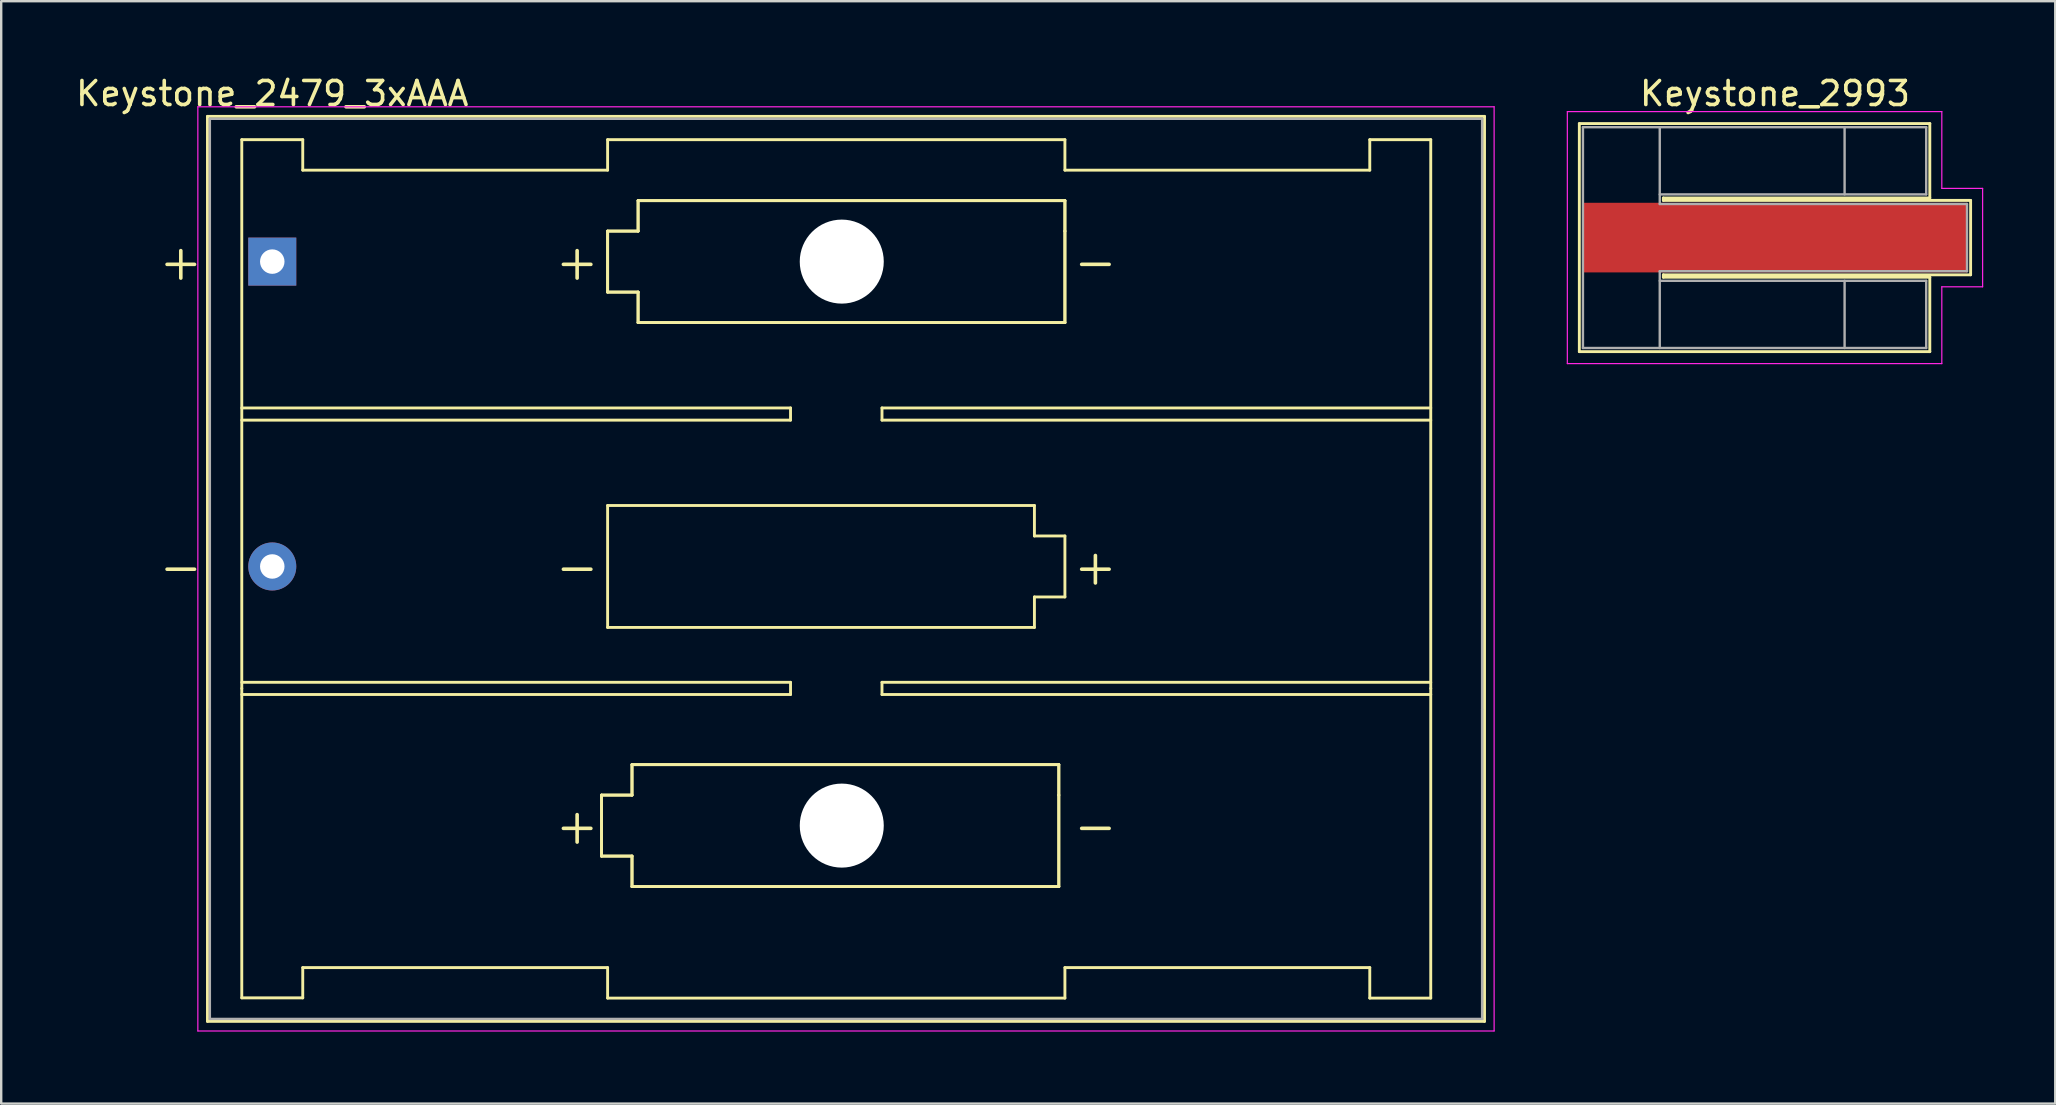
<source format=kicad_pcb>
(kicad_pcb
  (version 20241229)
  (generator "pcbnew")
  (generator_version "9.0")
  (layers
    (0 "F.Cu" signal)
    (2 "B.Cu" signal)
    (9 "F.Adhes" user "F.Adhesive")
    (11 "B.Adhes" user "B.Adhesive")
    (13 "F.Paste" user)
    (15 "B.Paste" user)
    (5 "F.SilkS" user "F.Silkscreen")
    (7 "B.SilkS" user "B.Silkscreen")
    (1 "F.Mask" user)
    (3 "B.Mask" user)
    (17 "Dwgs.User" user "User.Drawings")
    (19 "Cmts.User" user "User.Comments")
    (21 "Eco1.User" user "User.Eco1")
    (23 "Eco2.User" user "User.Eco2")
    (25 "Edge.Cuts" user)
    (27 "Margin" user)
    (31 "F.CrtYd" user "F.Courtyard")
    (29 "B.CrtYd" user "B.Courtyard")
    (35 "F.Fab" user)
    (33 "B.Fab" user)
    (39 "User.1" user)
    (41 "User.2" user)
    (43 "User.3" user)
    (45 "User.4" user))
  (footprint "Keystone_2479_3xAAA"
    (layer "F.Cu")
    (at 8.292 7.848)
    (property "Reference" "Keystone_2479_3xAAA" (at 0 -7 180) (layer "F.SilkS") (effects (font (size 1 1) (thickness 0.15))))
    (attr through_hole)
    (fp_line (start -2.7 -6.05) (end -2.7 31.65) (stroke (width 0.12) (type solid)) (layer "F.SilkS"))
    (fp_line (start -2.7 31.65) (end 50.5 31.65) (stroke (width 0.12) (type solid)) (layer "F.SilkS"))
    (fp_line (start -1.27 -5.08) (end -1.27 17.78) (stroke (width 0.12) (type solid)) (layer "F.SilkS"))
    (fp_line (start -1.27 6.096) (end 21.59 6.096) (stroke (width 0.12) (type solid)) (layer "F.SilkS"))
    (fp_line (start -1.27 17.526) (end 21.59 17.526) (stroke (width 0.12) (type solid)) (layer "F.SilkS"))
    (fp_line (start -1.27 17.78) (end -1.27 30.671) (stroke (width 0.12) (type solid)) (layer "F.SilkS"))
    (fp_line (start -1.27 30.671) (end 1.27 30.671) (stroke (width 0.12) (type solid)) (layer "F.SilkS"))
    (fp_line (start 1.27 -5.08) (end -1.27 -5.08) (stroke (width 0.12) (type solid)) (layer "F.SilkS"))
    (fp_line (start 1.27 -3.81) (end 1.27 -5.08) (stroke (width 0.12) (type solid)) (layer "F.SilkS"))
    (fp_line (start 1.27 -3.81) (end 13.97 -3.81) (stroke (width 0.12) (type solid)) (layer "F.SilkS"))
    (fp_line (start 1.27 29.41) (end 13.97 29.41) (stroke (width 0.12) (type solid)) (layer "F.SilkS"))
    (fp_line (start 1.27 30.671) (end 1.27 29.41) (stroke (width 0.12) (type solid)) (layer "F.SilkS"))
    (fp_line (start 13.716 22.225) (end 14.986 22.225) (stroke (width 0.12) (type solid)) (layer "F.SilkS"))
    (fp_line (start 13.716 22.225) (end 14.986 22.225) (stroke (width 0.12) (type solid)) (layer "F.SilkS"))
    (fp_line (start 13.716 24.765) (end 13.716 22.225) (stroke (width 0.12) (type solid)) (layer "F.SilkS"))
    (fp_line (start 13.716 24.765) (end 13.716 22.225) (stroke (width 0.12) (type solid)) (layer "F.SilkS"))
    (fp_line (start 13.97 -5.08) (end 13.97 -3.81) (stroke (width 0.12) (type solid)) (layer "F.SilkS"))
    (fp_line (start 13.97 -1.27) (end 15.24 -1.27) (stroke (width 0.12) (type solid)) (layer "F.SilkS"))
    (fp_line (start 13.97 -1.27) (end 15.24 -1.27) (stroke (width 0.12) (type solid)) (layer "F.SilkS"))
    (fp_line (start 13.97 1.27) (end 13.97 -1.27) (stroke (width 0.12) (type solid)) (layer "F.SilkS"))
    (fp_line (start 13.97 1.27) (end 13.97 -1.27) (stroke (width 0.12) (type solid)) (layer "F.SilkS"))
    (fp_line (start 13.97 10.16) (end 31.75 10.16) (stroke (width 0.12) (type solid)) (layer "F.SilkS"))
    (fp_line (start 13.97 15.24) (end 13.97 10.16) (stroke (width 0.12) (type solid)) (layer "F.SilkS"))
    (fp_line (start 13.97 29.41) (end 13.97 30.68) (stroke (width 0.12) (type solid)) (layer "F.SilkS"))
    (fp_line (start 13.97 30.68) (end 33.02 30.68) (stroke (width 0.12) (type solid)) (layer "F.SilkS"))
    (fp_line (start 14.986 20.955) (end 32.766 20.955) (stroke (width 0.12) (type solid)) (layer "F.SilkS"))
    (fp_line (start 14.986 20.955) (end 32.766 20.955) (stroke (width 0.12) (type solid)) (layer "F.SilkS"))
    (fp_line (start 14.986 22.225) (end 14.986 20.955) (stroke (width 0.12) (type solid)) (layer "F.SilkS"))
    (fp_line (start 14.986 22.225) (end 14.986 20.955) (stroke (width 0.12) (type solid)) (layer "F.SilkS"))
    (fp_line (start 14.986 24.765) (end 13.716 24.765) (stroke (width 0.12) (type solid)) (layer "F.SilkS"))
    (fp_line (start 14.986 24.765) (end 13.716 24.765) (stroke (width 0.12) (type solid)) (layer "F.SilkS"))
    (fp_line (start 14.986 26.035) (end 14.986 24.765) (stroke (width 0.12) (type solid)) (layer "F.SilkS"))
    (fp_line (start 14.986 26.035) (end 14.986 24.765) (stroke (width 0.12) (type solid)) (layer "F.SilkS"))
    (fp_line (start 15.24 -2.54) (end 33.02 -2.54) (stroke (width 0.12) (type solid)) (layer "F.SilkS"))
    (fp_line (start 15.24 -2.54) (end 33.02 -2.54) (stroke (width 0.12) (type solid)) (layer "F.SilkS"))
    (fp_line (start 15.24 -1.27) (end 15.24 -2.54) (stroke (width 0.12) (type solid)) (layer "F.SilkS"))
    (fp_line (start 15.24 -1.27) (end 15.24 -2.54) (stroke (width 0.12) (type solid)) (layer "F.SilkS"))
    (fp_line (start 15.24 1.27) (end 13.97 1.27) (stroke (width 0.12) (type solid)) (layer "F.SilkS"))
    (fp_line (start 15.24 1.27) (end 13.97 1.27) (stroke (width 0.12) (type solid)) (layer "F.SilkS"))
    (fp_line (start 15.24 2.54) (end 15.24 1.27) (stroke (width 0.12) (type solid)) (layer "F.SilkS"))
    (fp_line (start 15.24 2.54) (end 15.24 1.27) (stroke (width 0.12) (type solid)) (layer "F.SilkS"))
    (fp_line (start 21.59 6.096) (end 21.59 6.604) (stroke (width 0.12) (type solid)) (layer "F.SilkS"))
    (fp_line (start 21.59 6.604) (end -1.27 6.604) (stroke (width 0.12) (type solid)) (layer "F.SilkS"))
    (fp_line (start 21.59 17.526) (end 21.59 18.034) (stroke (width 0.12) (type solid)) (layer "F.SilkS"))
    (fp_line (start 21.59 18.034) (end -1.27 18.034) (stroke (width 0.12) (type solid)) (layer "F.SilkS"))
    (fp_line (start 25.4 6.096) (end 25.4 6.604) (stroke (width 0.12) (type solid)) (layer "F.SilkS"))
    (fp_line (start 25.4 6.604) (end 48.26 6.604) (stroke (width 0.12) (type solid)) (layer "F.SilkS"))
    (fp_line (start 25.4 17.526) (end 25.4 18.034) (stroke (width 0.12) (type solid)) (layer "F.SilkS"))
    (fp_line (start 25.4 18.034) (end 48.26 18.034) (stroke (width 0.12) (type solid)) (layer "F.SilkS"))
    (fp_line (start 31.75 10.16) (end 31.75 11.43) (stroke (width 0.12) (type solid)) (layer "F.SilkS"))
    (fp_line (start 31.75 11.43) (end 33.02 11.43) (stroke (width 0.12) (type solid)) (layer "F.SilkS"))
    (fp_line (start 31.75 13.97) (end 31.75 15.24) (stroke (width 0.12) (type solid)) (layer "F.SilkS"))
    (fp_line (start 31.75 15.24) (end 13.97 15.24) (stroke (width 0.12) (type solid)) (layer "F.SilkS"))
    (fp_line (start 32.766 20.955) (end 32.766 22.225) (stroke (width 0.12) (type solid)) (layer "F.SilkS"))
    (fp_line (start 32.766 20.955) (end 32.766 22.225) (stroke (width 0.12) (type solid)) (layer "F.SilkS"))
    (fp_line (start 32.766 22.225) (end 32.766 26.035) (stroke (width 0.12) (type solid)) (layer "F.SilkS"))
    (fp_line (start 32.766 22.225) (end 32.766 26.035) (stroke (width 0.12) (type solid)) (layer "F.SilkS"))
    (fp_line (start 32.766 26.035) (end 14.986 26.035) (stroke (width 0.12) (type solid)) (layer "F.SilkS"))
    (fp_line (start 32.766 26.035) (end 14.986 26.035) (stroke (width 0.12) (type solid)) (layer "F.SilkS"))
    (fp_line (start 33.02 -5.08) (end 13.97 -5.08) (stroke (width 0.12) (type solid)) (layer "F.SilkS"))
    (fp_line (start 33.02 -3.81) (end 33.02 -5.08) (stroke (width 0.12) (type solid)) (layer "F.SilkS"))
    (fp_line (start 33.02 -2.54) (end 33.02 -1.27) (stroke (width 0.12) (type solid)) (layer "F.SilkS"))
    (fp_line (start 33.02 -2.54) (end 33.02 -1.27) (stroke (width 0.12) (type solid)) (layer "F.SilkS"))
    (fp_line (start 33.02 -1.27) (end 33.02 2.54) (stroke (width 0.12) (type solid)) (layer "F.SilkS"))
    (fp_line (start 33.02 -1.27) (end 33.02 2.54) (stroke (width 0.12) (type solid)) (layer "F.SilkS"))
    (fp_line (start 33.02 2.54) (end 15.24 2.54) (stroke (width 0.12) (type solid)) (layer "F.SilkS"))
    (fp_line (start 33.02 2.54) (end 15.24 2.54) (stroke (width 0.12) (type solid)) (layer "F.SilkS"))
    (fp_line (start 33.02 11.43) (end 33.02 13.97) (stroke (width 0.12) (type solid)) (layer "F.SilkS"))
    (fp_line (start 33.02 13.97) (end 31.75 13.97) (stroke (width 0.12) (type solid)) (layer "F.SilkS"))
    (fp_line (start 33.02 30.68) (end 33.02 29.41) (stroke (width 0.12) (type solid)) (layer "F.SilkS"))
    (fp_line (start 45.72 -5.08) (end 45.72 -3.81) (stroke (width 0.12) (type solid)) (layer "F.SilkS"))
    (fp_line (start 45.72 -3.81) (end 33.02 -3.81) (stroke (width 0.12) (type solid)) (layer "F.SilkS"))
    (fp_line (start 45.72 29.41) (end 33.02 29.41) (stroke (width 0.12) (type solid)) (layer "F.SilkS"))
    (fp_line (start 45.72 30.68) (end 45.72 29.41) (stroke (width 0.12) (type solid)) (layer "F.SilkS"))
    (fp_line (start 48.26 -5.08) (end 45.72 -5.08) (stroke (width 0.12) (type solid)) (layer "F.SilkS"))
    (fp_line (start 48.26 -5.08) (end 48.26 17.78) (stroke (width 0.12) (type solid)) (layer "F.SilkS"))
    (fp_line (start 48.26 6.096) (end 25.4 6.096) (stroke (width 0.12) (type solid)) (layer "F.SilkS"))
    (fp_line (start 48.26 17.526) (end 25.4 17.526) (stroke (width 0.12) (type solid)) (layer "F.SilkS"))
    (fp_line (start 48.26 17.78) (end 48.26 30.68) (stroke (width 0.12) (type solid)) (layer "F.SilkS"))
    (fp_line (start 48.26 30.68) (end 45.72 30.68) (stroke (width 0.12) (type solid)) (layer "F.SilkS"))
    (fp_line (start 50.5 -6.05) (end -2.7 -6.05) (stroke (width 0.12) (type solid)) (layer "F.SilkS"))
    (fp_line (start 50.5 31.65) (end 50.5 -6.05) (stroke (width 0.12) (type solid)) (layer "F.SilkS"))
    (fp_line (start -3.1 -6.45) (end 50.9 -6.45) (stroke (width 0.05) (type solid)) (layer "F.CrtYd"))
    (fp_line (start -3.1 32.05) (end -3.1 -6.45) (stroke (width 0.05) (type solid)) (layer "F.CrtYd"))
    (fp_line (start 50.9 -6.45) (end 50.9 32.05) (stroke (width 0.05) (type solid)) (layer "F.CrtYd"))
    (fp_line (start 50.9 32.05) (end -3.1 32.05) (stroke (width 0.05) (type solid)) (layer "F.CrtYd"))
    (fp_line (start -2.6 -5.95) (end 50.4 -5.95) (stroke (width 0.1) (type solid)) (layer "F.Fab"))
    (fp_line (start -2.6 6.35) (end -2.6 -5.95) (stroke (width 0.1) (type solid)) (layer "F.Fab"))
    (fp_line (start -2.6 18.65) (end -2.6 6.35) (stroke (width 0.1) (type solid)) (layer "F.Fab"))
    (fp_line (start -2.6 18.65) (end -2.6 31.55) (stroke (width 0.1) (type solid)) (layer "F.Fab"))
    (fp_line (start -2.6 31.55) (end 50.4 31.55) (stroke (width 0.1) (type solid)) (layer "F.Fab"))
    (fp_line (start 50.4 18.65) (end 50.4 -5.95) (stroke (width 0.1) (type solid)) (layer "F.Fab"))
    (fp_line (start 50.4 18.65) (end 50.4 31.55) (stroke (width 0.1) (type solid)) (layer "F.Fab"))
    (fp_text user "+" (at 34.29 12.7 0) (layer "F.SilkS") (effects (font (size 1.5 1.5) (thickness 0.15))))
    (fp_text user "+" (at -3.81 0 0) (layer "F.SilkS") (effects (font (size 1.5 1.5) (thickness 0.15))))
    (fp_text user "-" (at 34.29 0 0) (layer "F.SilkS") (effects (font (size 1.5 1.5) (thickness 0.15))))
    (fp_text user "-" (at 12.7 12.7 0) (layer "F.SilkS") (effects (font (size 1.5 1.5) (thickness 0.15))))
    (fp_text user "-" (at -3.81 12.7 0) (layer "F.SilkS") (effects (font (size 1.5 1.5) (thickness 0.15))))
    (fp_text user "+" (at 12.7 0 0) (layer "F.SilkS") (effects (font (size 1.5 1.5) (thickness 0.15))))
    (fp_text user "+" (at 12.7 23.495 0) (layer "F.SilkS") (effects (font (size 1.5 1.5) (thickness 0.15))))
    (fp_text user "-" (at 34.29 23.495 0) (layer "F.SilkS") (effects (font (size 1.5 1.5) (thickness 0.15))))
    (pad "" np_thru_hole circle (at 23.724 0) (size 3.5 3.5) (drill 3.5) (layers "*.Cu" "*.Mask"))
    (pad "" np_thru_hole circle (at 23.724 23.495) (size 3.5 3.5) (drill 3.5) (layers "*.Cu" "*.Mask"))
    (pad "1" thru_hole rect (at 0 0) (size 2 2) (drill 1.02) (layers "*.Cu" "*.Mask"))
    (pad "2" thru_hole circle (at 0 12.7) (size 2 2) (drill 1.02) (layers "*.Cu" "*.Mask")))
  (footprint "Keystone_2993"
    (layer "F.Cu")
    (at 70.892 6.848)
    (property "Reference" "Keystone_2993" (at 0 -6 0) (layer "F.SilkS") (effects (font (size 1 1) (thickness 0.15))))
    (attr smd)
    (fp_line (start -8.15 -4.75) (end -8.15 4.75) (stroke (width 0.12) (type solid)) (layer "F.SilkS"))
    (fp_line (start -8.15 -4.75) (end 6.45 -4.75) (stroke (width 0.12) (type solid)) (layer "F.SilkS"))
    (fp_line (start -8.15 4.75) (end 6.45 4.75) (stroke (width 0.12) (type solid)) (layer "F.SilkS"))
    (fp_line (start -4.65 -1.65) (end -4.65 -1.55) (stroke (width 0.12) (type solid)) (layer "F.SilkS"))
    (fp_line (start -4.65 -1.55) (end 8.15 -1.55) (stroke (width 0.12) (type solid)) (layer "F.SilkS"))
    (fp_line (start -4.65 1.55) (end 8.15 1.55) (stroke (width 0.12) (type solid)) (layer "F.SilkS"))
    (fp_line (start -4.65 1.65) (end -4.65 1.55) (stroke (width 0.12) (type solid)) (layer "F.SilkS"))
    (fp_line (start 6.45 -4.75) (end 6.45 -1.65) (stroke (width 0.12) (type solid)) (layer "F.SilkS"))
    (fp_line (start 6.45 -1.65) (end -4.65 -1.65) (stroke (width 0.12) (type solid)) (layer "F.SilkS"))
    (fp_line (start 6.45 1.65) (end -4.65 1.65) (stroke (width 0.12) (type solid)) (layer "F.SilkS"))
    (fp_line (start 6.45 4.75) (end 6.45 1.65) (stroke (width 0.12) (type solid)) (layer "F.SilkS"))
    (fp_line (start 8.15 -1.55) (end 8.15 1.55) (stroke (width 0.12) (type solid)) (layer "F.SilkS"))
    (fp_line (start -8.65 -5.25) (end -8.65 5.25) (stroke (width 0.05) (type solid)) (layer "F.CrtYd"))
    (fp_line (start -8.65 -5.25) (end 6.95 -5.25) (stroke (width 0.05) (type solid)) (layer "F.CrtYd"))
    (fp_line (start -8.65 5.25) (end 6.95 5.25) (stroke (width 0.05) (type solid)) (layer "F.CrtYd"))
    (fp_line (start 6.95 -5.25) (end 6.95 -2.05) (stroke (width 0.05) (type solid)) (layer "F.CrtYd"))
    (fp_line (start 6.95 -2.05) (end 8.65 -2.05) (stroke (width 0.05) (type solid)) (layer "F.CrtYd"))
    (fp_line (start 6.95 2.05) (end 8.65 2.05) (stroke (width 0.05) (type solid)) (layer "F.CrtYd"))
    (fp_line (start 6.95 5.25) (end 6.95 2.05) (stroke (width 0.05) (type solid)) (layer "F.CrtYd"))
    (fp_line (start 8.65 -2.05) (end 8.65 2.05) (stroke (width 0.05) (type solid)) (layer "F.CrtYd"))
    (fp_line (start -8 -4.6) (end -8 4.6) (stroke (width 0.1) (type solid)) (layer "F.Fab"))
    (fp_line (start -8 -4.6) (end 6.3 -4.6) (stroke (width 0.1) (type solid)) (layer "F.Fab"))
    (fp_line (start -4.8 -1.4) (end -4.8 -4.6) (stroke (width 0.1) (type solid)) (layer "F.Fab"))
    (fp_line (start -4.8 -1.4) (end 8 -1.4) (stroke (width 0.1) (type solid)) (layer "F.Fab"))
    (fp_line (start -4.8 1.4) (end -4.8 4.6) (stroke (width 0.1) (type solid)) (layer "F.Fab"))
    (fp_line (start 2.9 -1.8) (end 2.9 -4.6) (stroke (width 0.1) (type solid)) (layer "F.Fab"))
    (fp_line (start 2.9 1.8) (end 2.9 4.6) (stroke (width 0.1) (type solid)) (layer "F.Fab"))
    (fp_line (start 6.3 -4.6) (end 6.3 -1.8) (stroke (width 0.1) (type solid)) (layer "F.Fab"))
    (fp_line (start 6.3 -1.8) (end -4.8 -1.8) (stroke (width 0.1) (type solid)) (layer "F.Fab"))
    (fp_line (start 6.3 1.8) (end -4.8 1.8) (stroke (width 0.1) (type solid)) (layer "F.Fab"))
    (fp_line (start 6.3 4.6) (end -8 4.6) (stroke (width 0.1) (type solid)) (layer "F.Fab"))
    (fp_line (start 6.3 4.6) (end 6.3 1.8) (stroke (width 0.1) (type solid)) (layer "F.Fab"))
    (fp_line (start 8 -1.4) (end 8 1.4) (stroke (width 0.1) (type solid)) (layer "F.Fab"))
    (fp_line (start 8 1.4) (end -4.8 1.4) (stroke (width 0.1) (type solid)) (layer "F.Fab"))
    (pad "1" smd rect (at 0 0) (size 16 2.9) (layers "F.Cu" "F.Mask" "F.Paste")))
  (gr_rect
    (start -3 -3)
    (end 82.567 42.923)
    (stroke (width 0.1) (type default))
    (fill no)
    (layer "Edge.Cuts")))
</source>
